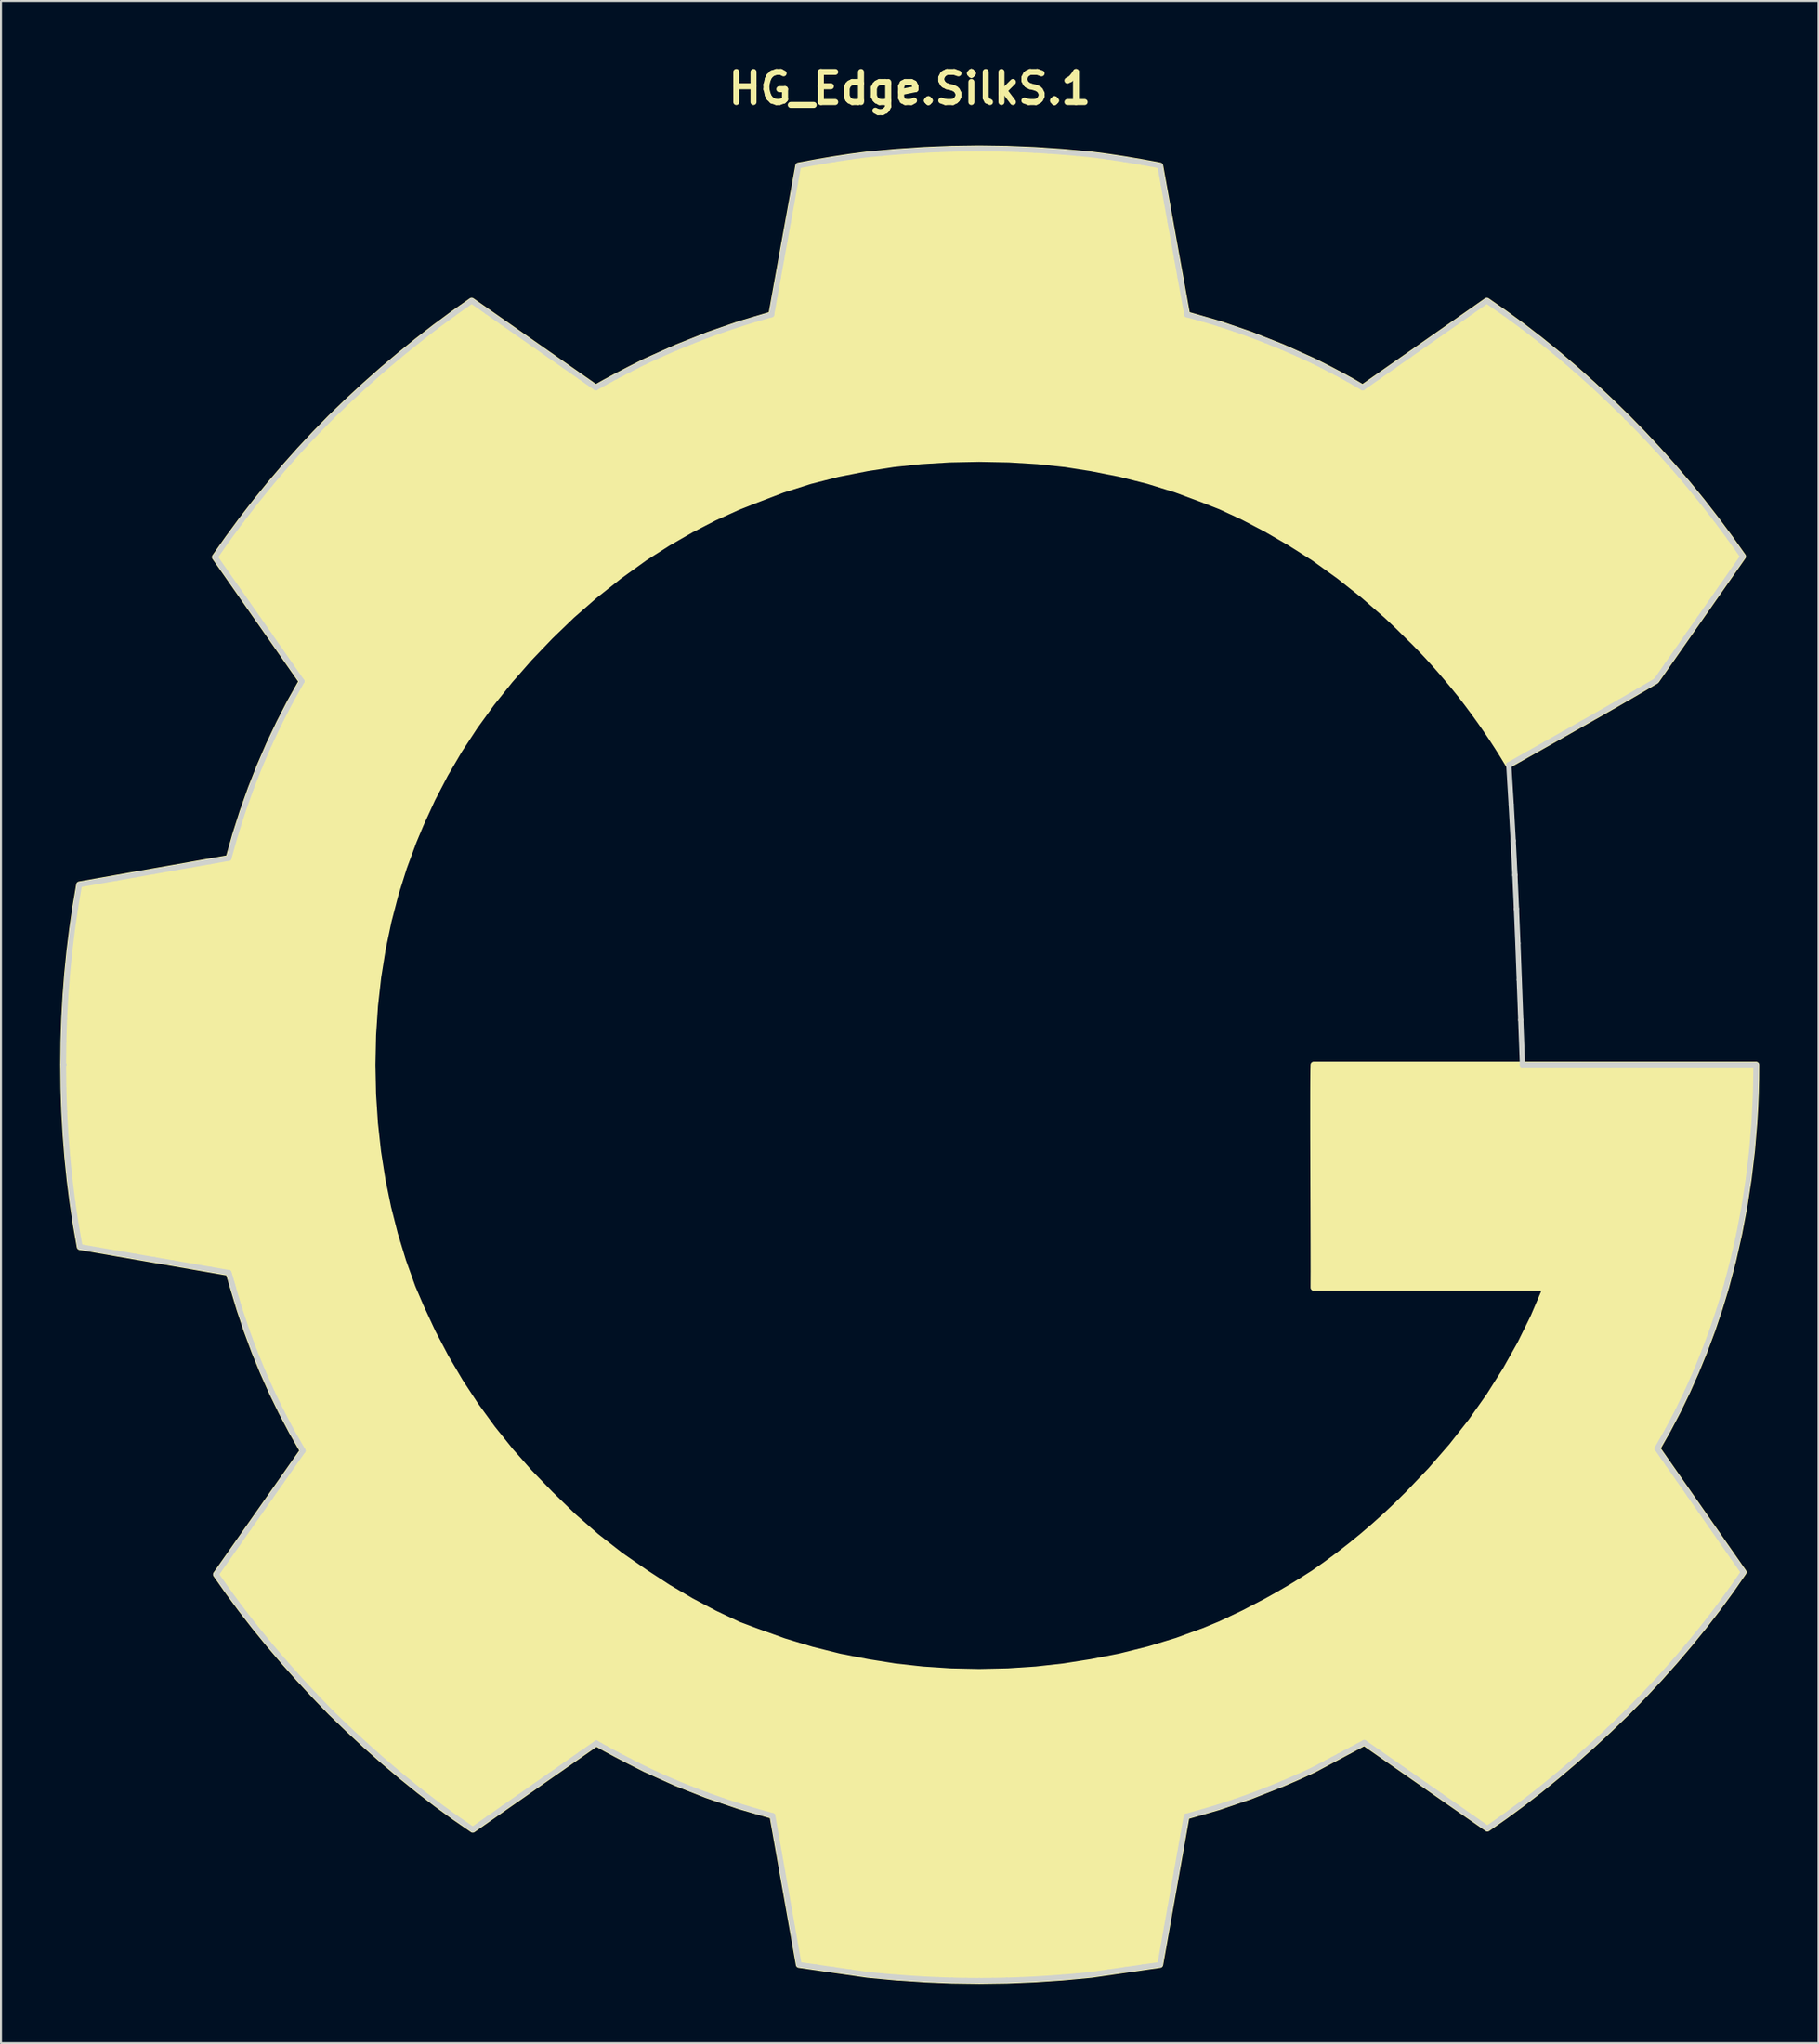
<source format=kicad_pcb>
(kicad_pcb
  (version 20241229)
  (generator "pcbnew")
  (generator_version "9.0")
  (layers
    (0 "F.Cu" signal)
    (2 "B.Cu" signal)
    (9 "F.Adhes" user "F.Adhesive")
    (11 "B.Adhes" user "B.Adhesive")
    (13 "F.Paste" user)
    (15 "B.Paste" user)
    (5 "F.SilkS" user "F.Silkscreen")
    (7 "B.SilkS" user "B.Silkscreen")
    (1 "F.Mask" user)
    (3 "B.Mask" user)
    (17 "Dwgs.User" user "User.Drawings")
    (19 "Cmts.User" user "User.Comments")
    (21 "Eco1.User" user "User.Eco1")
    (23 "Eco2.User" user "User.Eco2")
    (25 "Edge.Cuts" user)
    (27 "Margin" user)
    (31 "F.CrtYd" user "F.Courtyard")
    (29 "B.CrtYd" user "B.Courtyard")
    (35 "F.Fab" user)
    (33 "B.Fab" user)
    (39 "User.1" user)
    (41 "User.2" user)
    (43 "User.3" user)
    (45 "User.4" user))
  (footprint "HG_Edge.SilkS.1"
    (layer "F.Cu")
    (at 43.012 50.825)
    (property "Reference" "HG_Edge.SilkS.1" (at 0 -49.399 0) (layer "F.SilkS") (effects (font (size 1.524 1.524) (thickness 0.305))))
    (attr smd)
    (fp_poly (pts (xy 36.311 -32.753) (xy 37.109 -31.937) (xy 37.888 -31.103) (xy 38.649 -30.251) (xy 39.392 -29.38) (xy 40.116 -28.492) (xy 40.822 -27.585) (xy 41.51 -26.66) (xy 42.18 -25.716) (xy 41.631 -24.93) (xy 41.082 -24.144) (xy 40.532 -23.359) (xy 39.983 -22.573) (xy 39.434 -21.787) (xy 38.884 -21.001) (xy 38.335 -20.216) (xy 37.786 -19.43) (xy 36.868 -18.892) (xy 35.943 -18.356) (xy 35.012 -17.822) (xy 34.076 -17.291) (xy 33.139 -16.76) (xy 32.201 -16.231) (xy 31.264 -15.702) (xy 30.331 -15.174) (xy 30.062 -15.619) (xy 29.784 -16.063) (xy 29.495 -16.506) (xy 29.198 -16.948) (xy 28.891 -17.389) (xy 28.574 -17.829) (xy 28.247 -18.268) (xy 27.912 -18.707) (xy 27.553 -19.149) (xy 27.202 -19.571) (xy 26.858 -19.973) (xy 26.521 -20.355) (xy 26.191 -20.717) (xy 25.867 -21.059) (xy 25.551 -21.381) (xy 25.241 -21.683) (xy 24.704 -22.214) (xy 24.15 -22.735) (xy 22.988 -23.748) (xy 21.758 -24.723) (xy 20.457 -25.66) (xy 19.225 -26.438) (xy 18.031 -27.128) (xy 16.875 -27.731) (xy 15.757 -28.247) (xy 15.527 -28.338) (xy 15.298 -28.428) (xy 15.068 -28.518) (xy 14.839 -28.609) (xy 13.474 -29.115) (xy 12.078 -29.547) (xy 10.651 -29.907) (xy 9.193 -30.194) (xy 7.868 -30.401) (xy 6.481 -30.549) (xy 5.031 -30.637) (xy 3.518 -30.667) (xy 2.016 -30.637) (xy 0.57 -30.549) (xy -0.821 -30.401) (xy -2.156 -30.194) (xy -3.625 -29.906) (xy -5.055 -29.54) (xy -6.448 -29.099) (xy -7.802 -28.581) (xy -8.031 -28.491) (xy -8.261 -28.4) (xy -8.49 -28.31) (xy -8.72 -28.219) (xy -9.9 -27.684) (xy -11.077 -27.079) (xy -12.25 -26.405) (xy -13.42 -25.66) (xy -14.721 -24.723) (xy -15.952 -23.748) (xy -17.113 -22.735) (xy -18.204 -21.683) (xy -19.262 -20.579) (xy -20.252 -19.451) (xy -21.175 -18.298) (xy -22.029 -17.121) (xy -22.816 -15.92) (xy -23.534 -14.695) (xy -24.185 -13.445) (xy -24.769 -12.171) (xy -24.814 -12.063) (xy -24.859 -11.955) (xy -24.904 -11.847) (xy -24.949 -11.739) (xy -24.995 -11.632) (xy -25.04 -11.524) (xy -25.085 -11.416) (xy -25.13 -11.308) (xy -25.619 -9.987) (xy -26.043 -8.64) (xy -26.401 -7.265) (xy -26.695 -5.864) (xy -26.923 -4.435) (xy -27.086 -2.98) (xy -27.184 -1.497) (xy -27.216 0.012) (xy -27.185 1.502) (xy -27.089 2.969) (xy -26.931 4.412) (xy -26.709 5.832) (xy -26.423 7.229) (xy -26.074 8.602) (xy -25.662 9.951) (xy -25.186 11.277) (xy -25.134 11.399) (xy -25.082 11.52) (xy -25.029 11.642) (xy -24.977 11.764) (xy -24.925 11.885) (xy -24.873 12.007) (xy -24.821 12.129) (xy -24.769 12.25) (xy -24.167 13.549) (xy -23.503 14.814) (xy -22.777 16.048) (xy -21.987 17.25) (xy -21.135 18.419) (xy -20.221 19.557) (xy -19.244 20.662) (xy -18.205 21.735) (xy -17.059 22.849) (xy -15.875 23.884) (xy -14.653 24.838) (xy -13.393 25.712) (xy -12.242 26.462) (xy -11.07 27.152) (xy -9.878 27.783) (xy -8.664 28.355) (xy -8.442 28.438) (xy -8.219 28.522) (xy -7.997 28.605) (xy -7.774 28.688) (xy -6.368 29.193) (xy -4.958 29.62) (xy -3.545 29.972) (xy -2.128 30.247) (xy -0.753 30.466) (xy 0.647 30.622) (xy 2.07 30.716) (xy 3.518 30.747) (xy 4.968 30.715) (xy 6.397 30.622) (xy 7.805 30.465) (xy 9.193 30.247) (xy 10.667 29.959) (xy 12.113 29.599) (xy 13.532 29.167) (xy 14.922 28.661) (xy 15.124 28.577) (xy 15.326 28.494) (xy 15.527 28.41) (xy 15.729 28.327) (xy 16.911 27.769) (xy 18.093 27.152) (xy 18.684 26.821) (xy 19.275 26.476) (xy 19.866 26.115) (xy 20.457 25.74) (xy 21.098 25.288) (xy 21.726 24.823) (xy 22.343 24.343) (xy 22.947 23.849) (xy 23.539 23.341) (xy 24.118 22.82) (xy 24.686 22.284) (xy 25.241 21.735) (xy 26.384 20.539) (xy 27.449 19.314) (xy 28.436 18.06) (xy 29.344 16.777) (xy 30.174 15.466) (xy 30.926 14.127) (xy 31.599 12.758) (xy 32.195 11.361) (xy 32.198 11.351) (xy 32.202 11.34) (xy 32.205 11.33) (xy 32.209 11.319) (xy 32.212 11.309) (xy 32.216 11.299) (xy 32.219 11.288) (xy 32.223 11.278) (xy 30.752 11.278) (xy 29.282 11.278) (xy 27.811 11.278) (xy 26.34 11.278) (xy 24.869 11.278) (xy 23.399 11.278) (xy 21.928 11.278) (xy 20.457 11.278) (xy 20.461 10.462) (xy 20.459 9.109) (xy 20.454 7.402) (xy 20.448 5.525) (xy 20.442 3.664) (xy 20.441 2.796) (xy 20.441 2.002) (xy 20.442 1.303) (xy 20.445 0.723) (xy 20.45 0.285) (xy 20.457 0.012) (xy 21.857 0.012) (xy 23.256 0.012) (xy 24.656 0.012) (xy 26.055 0.012) (xy 27.454 0.012) (xy 28.854 0.012) (xy 30.253 0.012) (xy 31.653 0.012) (xy 33.052 0.012) (xy 34.451 0.012) (xy 35.851 0.012) (xy 37.25 0.012) (xy 38.65 0.012) (xy 40.049 0.012) (xy 41.448 0.012) (xy 42.848 0.012) (xy 42.842 0.744) (xy 42.824 1.472) (xy 42.794 2.196) (xy 42.752 2.917) (xy 42.633 4.347) (xy 42.465 5.763) (xy 42.25 7.164) (xy 41.987 8.55) (xy 41.677 9.921) (xy 41.318 11.277) (xy 40.984 12.372) (xy 40.621 13.445) (xy 40.229 14.496) (xy 39.809 15.526) (xy 39.36 16.534) (xy 38.883 17.52) (xy 38.376 18.484) (xy 37.841 19.427) (xy 38.387 20.209) (xy 38.933 20.991) (xy 39.479 21.774) (xy 40.025 22.556) (xy 40.571 23.338) (xy 41.116 24.12) (xy 41.662 24.903) (xy 42.208 25.685) (xy 41.574 26.599) (xy 40.911 27.505) (xy 40.218 28.403) (xy 39.496 29.293) (xy 38.744 30.176) (xy 37.963 31.051) (xy 37.152 31.918) (xy 36.312 32.778) (xy 35.428 33.63) (xy 34.545 34.448) (xy 33.662 35.233) (xy 32.779 35.983) (xy 31.896 36.7) (xy 31.013 37.383) (xy 30.13 38.032) (xy 29.247 38.646) (xy 28.468 38.104) (xy 27.689 37.562) (xy 26.91 37.019) (xy 26.132 36.477) (xy 25.353 35.934) (xy 24.574 35.392) (xy 23.795 34.85) (xy 23.016 34.307) (xy 22.696 34.478) (xy 22.377 34.648) (xy 22.057 34.818) (xy 21.737 34.989) (xy 21.417 35.159) (xy 21.097 35.33) (xy 20.777 35.5) (xy 20.457 35.67) (xy 19.663 36.036) (xy 18.865 36.381) (xy 17.259 37.012) (xy 15.639 37.563) (xy 14.005 38.034) (xy 13.671 39.912) (xy 13.337 41.789) (xy 13.003 43.667) (xy 12.669 45.544) (xy 11.8 45.669) (xy 10.931 45.795) (xy 10.062 45.92) (xy 9.193 46.045) (xy 7.743 46.179) (xy 6.314 46.274) (xy 4.906 46.332) (xy 3.519 46.351) (xy 2.143 46.332) (xy 0.744 46.274) (xy -0.68 46.179) (xy -2.128 46.045) (xy -2.997 45.92) (xy -3.866 45.795) (xy -4.735 45.669) (xy -5.605 45.544) (xy -5.938 43.66) (xy -6.272 41.775) (xy -6.606 39.891) (xy -6.94 38.006) (xy -8.636 37.514) (xy -10.277 36.956) (xy -11.863 36.332) (xy -13.393 35.642) (xy -14.173 35.247) (xy -14.846 34.898) (xy -15.411 34.594) (xy -15.868 34.335) (xy -17.433 35.426) (xy -18.215 35.972) (xy -18.997 36.518) (xy -19.779 37.064) (xy -20.562 37.61) (xy -21.344 38.156) (xy -22.126 38.702) (xy -23.029 38.08) (xy -23.931 37.425) (xy -24.83 36.735) (xy -25.728 36.011) (xy -26.624 35.254) (xy -27.519 34.463) (xy -28.411 33.637) (xy -29.302 32.778) (xy -30.135 31.915) (xy -30.938 31.048) (xy -31.71 30.18) (xy -32.452 29.308) (xy -33.164 28.434) (xy -33.845 27.558) (xy -34.495 26.679) (xy -35.115 25.797) (xy -34.566 25.015) (xy -34.017 24.232) (xy -33.467 23.45) (xy -32.918 22.668) (xy -32.369 21.885) (xy -31.819 21.103) (xy -31.27 20.321) (xy -30.721 19.539) (xy -31.275 18.57) (xy -31.797 17.583) (xy -32.287 16.577) (xy -32.744 15.554) (xy -33.17 14.512) (xy -33.563 13.452) (xy -33.924 12.374) (xy -34.253 11.277) (xy -34.281 11.183) (xy -34.309 11.089) (xy -34.337 10.996) (xy -34.364 10.902) (xy -34.392 10.808) (xy -34.42 10.714) (xy -34.448 10.62) (xy -34.476 10.526) (xy -35.418 10.363) (xy -36.36 10.199) (xy -37.302 10.036) (xy -38.245 9.872) (xy -39.187 9.709) (xy -40.129 9.546) (xy -41.071 9.382) (xy -42.013 9.219) (xy -42.209 8.101) (xy -42.378 6.975) (xy -42.522 5.838) (xy -42.639 4.692) (xy -42.73 3.536) (xy -42.796 2.371) (xy -42.835 1.197) (xy -42.848 0.012) (xy -42.848 0.009) (xy -42.848 0.006) (xy -42.848 0.003) (xy -42.848 0.000245) (xy -42.848 -0.003) (xy -42.848 -0.006) (xy -42.848 -0.009) (xy -42.848 -0.012) (xy -42.835 -1.17) (xy -42.797 -2.322) (xy -42.734 -3.468) (xy -42.646 -4.608) (xy -42.533 -5.742) (xy -42.394 -6.87) (xy -42.23 -7.991) (xy -42.041 -9.107) (xy -41.096 -9.274) (xy -40.15 -9.441) (xy -39.204 -9.608) (xy -38.258 -9.775) (xy -37.313 -9.941) (xy -36.367 -10.108) (xy -35.421 -10.275) (xy -34.476 -10.442) (xy -34.138 -11.635) (xy -33.765 -12.806) (xy -33.356 -13.957) (xy -32.911 -15.087) (xy -32.431 -16.196) (xy -31.915 -17.284) (xy -31.364 -18.352) (xy -30.776 -19.398) (xy -31.326 -20.184) (xy -31.875 -20.97) (xy -32.424 -21.756) (xy -32.974 -22.541) (xy -33.523 -23.327) (xy -34.072 -24.113) (xy -34.622 -24.899) (xy -35.171 -25.684) (xy -34.507 -26.628) (xy -33.824 -27.555) (xy -33.12 -28.464) (xy -32.397 -29.356) (xy -31.653 -30.23) (xy -30.889 -31.087) (xy -30.106 -31.927) (xy -29.302 -32.749) (xy -28.455 -33.565) (xy -27.595 -34.359) (xy -26.723 -35.13) (xy -25.839 -35.878) (xy -24.943 -36.604) (xy -24.035 -37.307) (xy -23.114 -37.988) (xy -22.182 -38.646) (xy -21.396 -38.096) (xy -20.61 -37.547) (xy -19.825 -36.998) (xy -19.039 -36.448) (xy -18.253 -35.899) (xy -17.467 -35.35) (xy -15.896 -34.251) (xy -15.439 -34.51) (xy -14.874 -34.814) (xy -14.201 -35.164) (xy -13.42 -35.558) (xy -11.83 -36.271) (xy -10.229 -36.907) (xy -8.617 -37.467) (xy -6.995 -37.95) (xy -6.655 -39.835) (xy -6.314 -41.719) (xy -5.973 -43.604) (xy -5.632 -45.488) (xy -4.716 -45.658) (xy -3.831 -45.808) (xy -2.978 -45.937) (xy -2.156 -46.044) (xy -0.706 -46.178) (xy 0.723 -46.274) (xy 2.131 -46.331) (xy 3.519 -46.35) (xy 4.906 -46.331) (xy 6.314 -46.274) (xy 7.743 -46.178) (xy 9.193 -46.044) (xy 10.015 -45.937) (xy 10.869 -45.808) (xy 11.753 -45.658) (xy 12.669 -45.488) (xy 13.01 -43.604) (xy 13.351 -41.719) (xy 13.692 -39.835) (xy 14.032 -37.95) (xy 15.633 -37.49) (xy 17.238 -36.942) (xy 18.846 -36.308) (xy 20.457 -35.586) (xy 21.238 -35.19) (xy 21.911 -34.835) (xy 22.476 -34.522) (xy 22.933 -34.251) (xy 24.504 -35.35) (xy 25.29 -35.899) (xy 26.076 -36.448) (xy 26.862 -36.998) (xy 27.647 -37.547) (xy 28.433 -38.096) (xy 29.219 -38.646) (xy 30.133 -38.012) (xy 31.039 -37.349) (xy 31.937 -36.656) (xy 32.828 -35.934) (xy 33.71 -35.182) (xy 34.585 -34.401) (xy 35.452 -33.59) (xy 36.312 -32.749) (xy 36.312 -32.749) (xy 36.312 -32.749) (xy 36.312 -32.749) (xy 36.312 -32.749) (xy 36.311 -32.753)) (stroke (width 0.328) (type solid)) (fill yes) (layer "F.SilkS"))
    (fp_line (start -42.848 -0.012) (end -42.835 -1.17) (stroke (width 0.265) (type solid)) (layer "Edge.Cuts"))
    (fp_line (start -42.848 -0.009) (end -42.848 -0.012) (stroke (width 0.265) (type solid)) (layer "Edge.Cuts"))
    (fp_line (start -42.848 -0.006) (end -42.848 -0.009) (stroke (width 0.265) (type solid)) (layer "Edge.Cuts"))
    (fp_line (start -42.848 -0.003) (end -42.848 -0.006) (stroke (width 0.265) (type solid)) (layer "Edge.Cuts"))
    (fp_line (start -42.848 -0.000095) (end -42.848 -0.003) (stroke (width 0.265) (type solid)) (layer "Edge.Cuts"))
    (fp_line (start -42.848 0.003) (end -42.848 -0.000095) (stroke (width 0.265) (type solid)) (layer "Edge.Cuts"))
    (fp_line (start -42.848 0.006) (end -42.848 0.003) (stroke (width 0.265) (type solid)) (layer "Edge.Cuts"))
    (fp_line (start -42.848 0.009) (end -42.848 0.006) (stroke (width 0.265) (type solid)) (layer "Edge.Cuts"))
    (fp_line (start -42.848 0.012) (end -42.848 0.009) (stroke (width 0.265) (type solid)) (layer "Edge.Cuts"))
    (fp_line (start -42.835 -1.17) (end -42.798 -2.323) (stroke (width 0.265) (type solid)) (layer "Edge.Cuts"))
    (fp_line (start -42.835 1.196) (end -42.848 0.012) (stroke (width 0.265) (type solid)) (layer "Edge.Cuts"))
    (fp_line (start -42.798 -2.323) (end -42.735 -3.469) (stroke (width 0.265) (type solid)) (layer "Edge.Cuts"))
    (fp_line (start -42.796 2.371) (end -42.835 1.196) (stroke (width 0.265) (type solid)) (layer "Edge.Cuts"))
    (fp_line (start -42.735 -3.469) (end -42.646 -4.609) (stroke (width 0.265) (type solid)) (layer "Edge.Cuts"))
    (fp_line (start -42.731 3.536) (end -42.796 2.371) (stroke (width 0.265) (type solid)) (layer "Edge.Cuts"))
    (fp_line (start -42.646 -4.609) (end -42.533 -5.742) (stroke (width 0.265) (type solid)) (layer "Edge.Cuts"))
    (fp_line (start -42.639 4.692) (end -42.731 3.536) (stroke (width 0.265) (type solid)) (layer "Edge.Cuts"))
    (fp_line (start -42.533 -5.742) (end -42.394 -6.87) (stroke (width 0.265) (type solid)) (layer "Edge.Cuts"))
    (fp_line (start -42.522 5.838) (end -42.639 4.692) (stroke (width 0.265) (type solid)) (layer "Edge.Cuts"))
    (fp_line (start -42.394 -6.87) (end -42.23 -7.992) (stroke (width 0.265) (type solid)) (layer "Edge.Cuts"))
    (fp_line (start -42.379 6.974) (end -42.522 5.838) (stroke (width 0.265) (type solid)) (layer "Edge.Cuts"))
    (fp_line (start -42.23 -7.992) (end -42.041 -9.107) (stroke (width 0.265) (type solid)) (layer "Edge.Cuts"))
    (fp_line (start -42.209 8.101) (end -42.379 6.974) (stroke (width 0.265) (type solid)) (layer "Edge.Cuts"))
    (fp_line (start -42.041 -9.107) (end -41.096 -9.274) (stroke (width 0.265) (type solid)) (layer "Edge.Cuts"))
    (fp_line (start -42.013 9.218) (end -42.209 8.101) (stroke (width 0.265) (type solid)) (layer "Edge.Cuts"))
    (fp_line (start -41.096 -9.274) (end -40.15 -9.441) (stroke (width 0.265) (type solid)) (layer "Edge.Cuts"))
    (fp_line (start -41.071 9.382) (end -42.013 9.218) (stroke (width 0.265) (type solid)) (layer "Edge.Cuts"))
    (fp_line (start -40.15 -9.441) (end -39.204 -9.608) (stroke (width 0.265) (type solid)) (layer "Edge.Cuts"))
    (fp_line (start -40.129 9.545) (end -41.071 9.382) (stroke (width 0.265) (type solid)) (layer "Edge.Cuts"))
    (fp_line (start -39.204 -9.608) (end -38.259 -9.775) (stroke (width 0.265) (type solid)) (layer "Edge.Cuts"))
    (fp_line (start -39.187 9.709) (end -40.129 9.545) (stroke (width 0.265) (type solid)) (layer "Edge.Cuts"))
    (fp_line (start -38.259 -9.775) (end -37.313 -9.942) (stroke (width 0.265) (type solid)) (layer "Edge.Cuts"))
    (fp_line (start -38.245 9.872) (end -39.187 9.709) (stroke (width 0.265) (type solid)) (layer "Edge.Cuts"))
    (fp_line (start -37.313 -9.942) (end -36.367 -10.109) (stroke (width 0.265) (type solid)) (layer "Edge.Cuts"))
    (fp_line (start -37.302 10.035) (end -38.245 9.872) (stroke (width 0.265) (type solid)) (layer "Edge.Cuts"))
    (fp_line (start -36.367 -10.109) (end -35.421 -10.276) (stroke (width 0.265) (type solid)) (layer "Edge.Cuts"))
    (fp_line (start -36.36 10.199) (end -37.302 10.035) (stroke (width 0.265) (type solid)) (layer "Edge.Cuts"))
    (fp_line (start -35.421 -10.276) (end -34.476 -10.442) (stroke (width 0.265) (type solid)) (layer "Edge.Cuts"))
    (fp_line (start -35.418 10.362) (end -36.36 10.199) (stroke (width 0.265) (type solid)) (layer "Edge.Cuts"))
    (fp_line (start -35.171 -25.685) (end -34.508 -26.629) (stroke (width 0.265) (type solid)) (layer "Edge.Cuts"))
    (fp_line (start -35.116 25.796) (end -34.566 25.014) (stroke (width 0.265) (type solid)) (layer "Edge.Cuts"))
    (fp_line (start -34.622 -24.899) (end -35.171 -25.685) (stroke (width 0.265) (type solid)) (layer "Edge.Cuts"))
    (fp_line (start -34.566 25.014) (end -34.017 24.232) (stroke (width 0.265) (type solid)) (layer "Edge.Cuts"))
    (fp_line (start -34.508 -26.629) (end -33.824 -27.555) (stroke (width 0.265) (type solid)) (layer "Edge.Cuts"))
    (fp_line (start -34.495 26.678) (end -35.116 25.796) (stroke (width 0.265) (type solid)) (layer "Edge.Cuts"))
    (fp_line (start -34.476 -10.442) (end -34.138 -11.635) (stroke (width 0.265) (type solid)) (layer "Edge.Cuts"))
    (fp_line (start -34.476 10.526) (end -35.418 10.362) (stroke (width 0.265) (type solid)) (layer "Edge.Cuts"))
    (fp_line (start -34.448 10.62) (end -34.476 10.526) (stroke (width 0.265) (type solid)) (layer "Edge.Cuts"))
    (fp_line (start -34.42 10.713) (end -34.448 10.62) (stroke (width 0.265) (type solid)) (layer "Edge.Cuts"))
    (fp_line (start -34.392 10.807) (end -34.42 10.713) (stroke (width 0.265) (type solid)) (layer "Edge.Cuts"))
    (fp_line (start -34.365 10.901) (end -34.392 10.807) (stroke (width 0.265) (type solid)) (layer "Edge.Cuts"))
    (fp_line (start -34.337 10.995) (end -34.365 10.901) (stroke (width 0.265) (type solid)) (layer "Edge.Cuts"))
    (fp_line (start -34.309 11.089) (end -34.337 10.995) (stroke (width 0.265) (type solid)) (layer "Edge.Cuts"))
    (fp_line (start -34.281 11.183) (end -34.309 11.089) (stroke (width 0.265) (type solid)) (layer "Edge.Cuts"))
    (fp_line (start -34.253 11.277) (end -34.281 11.183) (stroke (width 0.265) (type solid)) (layer "Edge.Cuts"))
    (fp_line (start -34.138 -11.635) (end -33.765 -12.807) (stroke (width 0.265) (type solid)) (layer "Edge.Cuts"))
    (fp_line (start -34.073 -24.113) (end -34.622 -24.899) (stroke (width 0.265) (type solid)) (layer "Edge.Cuts"))
    (fp_line (start -34.017 24.232) (end -33.468 23.45) (stroke (width 0.265) (type solid)) (layer "Edge.Cuts"))
    (fp_line (start -33.924 12.373) (end -34.253 11.277) (stroke (width 0.265) (type solid)) (layer "Edge.Cuts"))
    (fp_line (start -33.845 27.558) (end -34.495 26.678) (stroke (width 0.265) (type solid)) (layer "Edge.Cuts"))
    (fp_line (start -33.824 -27.555) (end -33.12 -28.464) (stroke (width 0.265) (type solid)) (layer "Edge.Cuts"))
    (fp_line (start -33.765 -12.807) (end -33.356 -13.957) (stroke (width 0.265) (type solid)) (layer "Edge.Cuts"))
    (fp_line (start -33.563 13.452) (end -33.924 12.373) (stroke (width 0.265) (type solid)) (layer "Edge.Cuts"))
    (fp_line (start -33.523 -23.327) (end -34.073 -24.113) (stroke (width 0.265) (type solid)) (layer "Edge.Cuts"))
    (fp_line (start -33.468 23.45) (end -32.918 22.667) (stroke (width 0.265) (type solid)) (layer "Edge.Cuts"))
    (fp_line (start -33.356 -13.957) (end -32.911 -15.087) (stroke (width 0.265) (type solid)) (layer "Edge.Cuts"))
    (fp_line (start -33.17 14.512) (end -33.563 13.452) (stroke (width 0.265) (type solid)) (layer "Edge.Cuts"))
    (fp_line (start -33.164 28.434) (end -33.845 27.558) (stroke (width 0.265) (type solid)) (layer "Edge.Cuts"))
    (fp_line (start -33.12 -28.464) (end -32.397 -29.356) (stroke (width 0.265) (type solid)) (layer "Edge.Cuts"))
    (fp_line (start -32.974 -22.542) (end -33.523 -23.327) (stroke (width 0.265) (type solid)) (layer "Edge.Cuts"))
    (fp_line (start -32.918 22.667) (end -32.369 21.885) (stroke (width 0.265) (type solid)) (layer "Edge.Cuts"))
    (fp_line (start -32.911 -15.087) (end -32.431 -16.196) (stroke (width 0.265) (type solid)) (layer "Edge.Cuts"))
    (fp_line (start -32.744 15.553) (end -33.17 14.512) (stroke (width 0.265) (type solid)) (layer "Edge.Cuts"))
    (fp_line (start -32.452 29.308) (end -33.164 28.434) (stroke (width 0.265) (type solid)) (layer "Edge.Cuts"))
    (fp_line (start -32.431 -16.196) (end -31.915 -17.285) (stroke (width 0.265) (type solid)) (layer "Edge.Cuts"))
    (fp_line (start -32.425 -21.756) (end -32.974 -22.542) (stroke (width 0.265) (type solid)) (layer "Edge.Cuts"))
    (fp_line (start -32.397 -29.356) (end -31.653 -30.231) (stroke (width 0.265) (type solid)) (layer "Edge.Cuts"))
    (fp_line (start -32.369 21.885) (end -31.82 21.103) (stroke (width 0.265) (type solid)) (layer "Edge.Cuts"))
    (fp_line (start -32.287 16.577) (end -32.744 15.553) (stroke (width 0.265) (type solid)) (layer "Edge.Cuts"))
    (fp_line (start -31.915 -17.285) (end -31.364 -18.352) (stroke (width 0.265) (type solid)) (layer "Edge.Cuts"))
    (fp_line (start -31.875 -20.97) (end -32.425 -21.756) (stroke (width 0.265) (type solid)) (layer "Edge.Cuts"))
    (fp_line (start -31.82 21.103) (end -31.27 20.321) (stroke (width 0.265) (type solid)) (layer "Edge.Cuts"))
    (fp_line (start -31.797 17.582) (end -32.287 16.577) (stroke (width 0.265) (type solid)) (layer "Edge.Cuts"))
    (fp_line (start -31.711 30.179) (end -32.452 29.308) (stroke (width 0.265) (type solid)) (layer "Edge.Cuts"))
    (fp_line (start -31.653 -30.231) (end -30.89 -31.088) (stroke (width 0.265) (type solid)) (layer "Edge.Cuts"))
    (fp_line (start -31.364 -18.352) (end -30.777 -19.399) (stroke (width 0.265) (type solid)) (layer "Edge.Cuts"))
    (fp_line (start -31.326 -20.184) (end -31.875 -20.97) (stroke (width 0.265) (type solid)) (layer "Edge.Cuts"))
    (fp_line (start -31.275 18.569) (end -31.797 17.582) (stroke (width 0.265) (type solid)) (layer "Edge.Cuts"))
    (fp_line (start -31.27 20.321) (end -30.721 19.538) (stroke (width 0.265) (type solid)) (layer "Edge.Cuts"))
    (fp_line (start -30.938 31.048) (end -31.711 30.179) (stroke (width 0.265) (type solid)) (layer "Edge.Cuts"))
    (fp_line (start -30.89 -31.088) (end -30.106 -31.927) (stroke (width 0.265) (type solid)) (layer "Edge.Cuts"))
    (fp_line (start -30.777 -19.399) (end -31.326 -20.184) (stroke (width 0.265) (type solid)) (layer "Edge.Cuts"))
    (fp_line (start -30.721 19.538) (end -31.275 18.569) (stroke (width 0.265) (type solid)) (layer "Edge.Cuts"))
    (fp_line (start -30.136 31.914) (end -30.938 31.048) (stroke (width 0.265) (type solid)) (layer "Edge.Cuts"))
    (fp_line (start -30.106 -31.927) (end -29.302 -32.75) (stroke (width 0.265) (type solid)) (layer "Edge.Cuts"))
    (fp_line (start -29.302 32.778) (end -30.136 31.914) (stroke (width 0.265) (type solid)) (layer "Edge.Cuts"))
    (fp_line (start -29.302 -32.75) (end -28.455 -33.566) (stroke (width 0.265) (type solid)) (layer "Edge.Cuts"))
    (fp_line (start -28.455 -33.566) (end -27.595 -34.359) (stroke (width 0.265) (type solid)) (layer "Edge.Cuts"))
    (fp_line (start -28.411 33.637) (end -29.302 32.778) (stroke (width 0.265) (type solid)) (layer "Edge.Cuts"))
    (fp_line (start -27.595 -34.359) (end -26.724 -35.13) (stroke (width 0.265) (type solid)) (layer "Edge.Cuts"))
    (fp_line (start -27.519 34.462) (end -28.411 33.637) (stroke (width 0.265) (type solid)) (layer "Edge.Cuts"))
    (fp_line (start -26.724 -35.13) (end -25.84 -35.879) (stroke (width 0.265) (type solid)) (layer "Edge.Cuts"))
    (fp_line (start -26.624 35.254) (end -27.519 34.462) (stroke (width 0.265) (type solid)) (layer "Edge.Cuts"))
    (fp_line (start -25.84 -35.879) (end -24.943 -36.604) (stroke (width 0.265) (type solid)) (layer "Edge.Cuts"))
    (fp_line (start -25.728 36.011) (end -26.624 35.254) (stroke (width 0.265) (type solid)) (layer "Edge.Cuts"))
    (fp_line (start -24.943 -36.604) (end -24.035 -37.308) (stroke (width 0.265) (type solid)) (layer "Edge.Cuts"))
    (fp_line (start -24.83 36.735) (end -25.728 36.011) (stroke (width 0.265) (type solid)) (layer "Edge.Cuts"))
    (fp_line (start -24.035 -37.308) (end -23.115 -37.988) (stroke (width 0.265) (type solid)) (layer "Edge.Cuts"))
    (fp_line (start -23.931 37.424) (end -24.83 36.735) (stroke (width 0.265) (type solid)) (layer "Edge.Cuts"))
    (fp_line (start -23.115 -37.988) (end -22.182 -38.646) (stroke (width 0.265) (type solid)) (layer "Edge.Cuts"))
    (fp_line (start -23.029 38.08) (end -23.931 37.424) (stroke (width 0.265) (type solid)) (layer "Edge.Cuts"))
    (fp_line (start -22.182 -38.646) (end -21.396 -38.097) (stroke (width 0.265) (type solid)) (layer "Edge.Cuts"))
    (fp_line (start -22.126 38.702) (end -23.029 38.08) (stroke (width 0.265) (type solid)) (layer "Edge.Cuts"))
    (fp_line (start -21.396 -38.097) (end -20.61 -37.547) (stroke (width 0.265) (type solid)) (layer "Edge.Cuts"))
    (fp_line (start -21.344 38.156) (end -22.126 38.702) (stroke (width 0.265) (type solid)) (layer "Edge.Cuts"))
    (fp_line (start -20.61 -37.547) (end -19.825 -36.998) (stroke (width 0.265) (type solid)) (layer "Edge.Cuts"))
    (fp_line (start -20.562 37.61) (end -21.344 38.156) (stroke (width 0.265) (type solid)) (layer "Edge.Cuts"))
    (fp_line (start -19.825 -36.998) (end -19.039 -36.449) (stroke (width 0.265) (type solid)) (layer "Edge.Cuts"))
    (fp_line (start -19.779 37.064) (end -20.562 37.61) (stroke (width 0.265) (type solid)) (layer "Edge.Cuts"))
    (fp_line (start -19.039 -36.449) (end -18.253 -35.899) (stroke (width 0.265) (type solid)) (layer "Edge.Cuts"))
    (fp_line (start -18.997 36.518) (end -19.779 37.064) (stroke (width 0.265) (type solid)) (layer "Edge.Cuts"))
    (fp_line (start -18.253 -35.899) (end -17.467 -35.35) (stroke (width 0.265) (type solid)) (layer "Edge.Cuts"))
    (fp_line (start -18.215 35.972) (end -18.997 36.518) (stroke (width 0.265) (type solid)) (layer "Edge.Cuts"))
    (fp_line (start -17.467 -35.35) (end -16.682 -34.801) (stroke (width 0.265) (type solid)) (layer "Edge.Cuts"))
    (fp_line (start -17.433 35.426) (end -18.215 35.972) (stroke (width 0.265) (type solid)) (layer "Edge.Cuts"))
    (fp_line (start -16.682 -34.801) (end -15.896 -34.251) (stroke (width 0.265) (type solid)) (layer "Edge.Cuts"))
    (fp_line (start -16.65 34.88) (end -17.433 35.426) (stroke (width 0.265) (type solid)) (layer "Edge.Cuts"))
    (fp_line (start -15.896 -34.251) (end -15.681 -34.375) (stroke (width 0.265) (type solid)) (layer "Edge.Cuts"))
    (fp_line (start -15.868 34.334) (end -16.65 34.88) (stroke (width 0.265) (type solid)) (layer "Edge.Cuts"))
    (fp_line (start -15.681 -34.375) (end -15.439 -34.511) (stroke (width 0.265) (type solid)) (layer "Edge.Cuts"))
    (fp_line (start -15.653 34.458) (end -15.868 34.334) (stroke (width 0.265) (type solid)) (layer "Edge.Cuts"))
    (fp_line (start -15.439 -34.511) (end -15.17 -34.657) (stroke (width 0.265) (type solid)) (layer "Edge.Cuts"))
    (fp_line (start -15.411 34.593) (end -15.653 34.458) (stroke (width 0.265) (type solid)) (layer "Edge.Cuts"))
    (fp_line (start -15.17 -34.657) (end -14.874 -34.815) (stroke (width 0.265) (type solid)) (layer "Edge.Cuts"))
    (fp_line (start -15.142 34.74) (end -15.411 34.593) (stroke (width 0.265) (type solid)) (layer "Edge.Cuts"))
    (fp_line (start -14.874 -34.815) (end -14.551 -34.984) (stroke (width 0.265) (type solid)) (layer "Edge.Cuts"))
    (fp_line (start -14.846 34.898) (end -15.142 34.74) (stroke (width 0.265) (type solid)) (layer "Edge.Cuts"))
    (fp_line (start -14.551 -34.984) (end -14.201 -35.164) (stroke (width 0.265) (type solid)) (layer "Edge.Cuts"))
    (fp_line (start -14.523 35.067) (end -14.846 34.898) (stroke (width 0.265) (type solid)) (layer "Edge.Cuts"))
    (fp_line (start -14.201 -35.164) (end -13.824 -35.356) (stroke (width 0.265) (type solid)) (layer "Edge.Cuts"))
    (fp_line (start -14.173 35.247) (end -14.523 35.067) (stroke (width 0.265) (type solid)) (layer "Edge.Cuts"))
    (fp_line (start -13.824 -35.356) (end -13.42 -35.559) (stroke (width 0.265) (type solid)) (layer "Edge.Cuts"))
    (fp_line (start -13.796 35.439) (end -14.173 35.247) (stroke (width 0.265) (type solid)) (layer "Edge.Cuts"))
    (fp_line (start -13.42 -35.559) (end -12.626 -35.925) (stroke (width 0.265) (type solid)) (layer "Edge.Cuts"))
    (fp_line (start -13.393 35.642) (end -13.796 35.439) (stroke (width 0.265) (type solid)) (layer "Edge.Cuts"))
    (fp_line (start -12.635 35.995) (end -13.393 35.642) (stroke (width 0.265) (type solid)) (layer "Edge.Cuts"))
    (fp_line (start -12.626 -35.925) (end -11.83 -36.271) (stroke (width 0.265) (type solid)) (layer "Edge.Cuts"))
    (fp_line (start -11.863 36.332) (end -12.635 35.995) (stroke (width 0.265) (type solid)) (layer "Edge.Cuts"))
    (fp_line (start -11.83 -36.271) (end -11.031 -36.599) (stroke (width 0.265) (type solid)) (layer "Edge.Cuts"))
    (fp_line (start -11.077 36.652) (end -11.863 36.332) (stroke (width 0.265) (type solid)) (layer "Edge.Cuts"))
    (fp_line (start -11.031 -36.599) (end -10.229 -36.908) (stroke (width 0.265) (type solid)) (layer "Edge.Cuts"))
    (fp_line (start -10.277 36.956) (end -11.077 36.652) (stroke (width 0.265) (type solid)) (layer "Edge.Cuts"))
    (fp_line (start -10.229 -36.908) (end -9.424 -37.197) (stroke (width 0.265) (type solid)) (layer "Edge.Cuts"))
    (fp_line (start -9.464 37.243) (end -10.277 36.956) (stroke (width 0.265) (type solid)) (layer "Edge.Cuts"))
    (fp_line (start -9.424 -37.197) (end -8.617 -37.467) (stroke (width 0.265) (type solid)) (layer "Edge.Cuts"))
    (fp_line (start -8.636 37.514) (end -9.464 37.243) (stroke (width 0.265) (type solid)) (layer "Edge.Cuts"))
    (fp_line (start -8.617 -37.467) (end -7.808 -37.719) (stroke (width 0.265) (type solid)) (layer "Edge.Cuts"))
    (fp_line (start -7.808 -37.719) (end -6.995 -37.951) (stroke (width 0.265) (type solid)) (layer "Edge.Cuts"))
    (fp_line (start -7.795 37.768) (end -8.636 37.514) (stroke (width 0.265) (type solid)) (layer "Edge.Cuts"))
    (fp_line (start -6.995 -37.951) (end -6.825 -38.893) (stroke (width 0.265) (type solid)) (layer "Edge.Cuts"))
    (fp_line (start -6.94 38.006) (end -7.795 37.768) (stroke (width 0.265) (type solid)) (layer "Edge.Cuts"))
    (fp_line (start -6.825 -38.893) (end -6.655 -39.835) (stroke (width 0.265) (type solid)) (layer "Edge.Cuts"))
    (fp_line (start -6.773 38.948) (end -6.94 38.006) (stroke (width 0.265) (type solid)) (layer "Edge.Cuts"))
    (fp_line (start -6.655 -39.835) (end -6.484 -40.777) (stroke (width 0.265) (type solid)) (layer "Edge.Cuts"))
    (fp_line (start -6.606 39.89) (end -6.773 38.948) (stroke (width 0.265) (type solid)) (layer "Edge.Cuts"))
    (fp_line (start -6.484 -40.777) (end -6.314 -41.72) (stroke (width 0.265) (type solid)) (layer "Edge.Cuts"))
    (fp_line (start -6.439 40.833) (end -6.606 39.89) (stroke (width 0.265) (type solid)) (layer "Edge.Cuts"))
    (fp_line (start -6.314 -41.72) (end -6.144 -42.662) (stroke (width 0.265) (type solid)) (layer "Edge.Cuts"))
    (fp_line (start -6.272 41.775) (end -6.439 40.833) (stroke (width 0.265) (type solid)) (layer "Edge.Cuts"))
    (fp_line (start -6.144 -42.662) (end -5.973 -43.604) (stroke (width 0.265) (type solid)) (layer "Edge.Cuts"))
    (fp_line (start -6.105 42.717) (end -6.272 41.775) (stroke (width 0.265) (type solid)) (layer "Edge.Cuts"))
    (fp_line (start -5.973 -43.604) (end -5.803 -44.546) (stroke (width 0.265) (type solid)) (layer "Edge.Cuts"))
    (fp_line (start -5.938 43.659) (end -6.105 42.717) (stroke (width 0.265) (type solid)) (layer "Edge.Cuts"))
    (fp_line (start -5.803 -44.546) (end -5.632 -45.488) (stroke (width 0.265) (type solid)) (layer "Edge.Cuts"))
    (fp_line (start -5.772 44.602) (end -5.938 43.659) (stroke (width 0.265) (type solid)) (layer "Edge.Cuts"))
    (fp_line (start -5.632 -45.488) (end -5.171 -45.576) (stroke (width 0.265) (type solid)) (layer "Edge.Cuts"))
    (fp_line (start -5.605 45.544) (end -5.772 44.602) (stroke (width 0.265) (type solid)) (layer "Edge.Cuts"))
    (fp_line (start -5.171 -45.576) (end -4.716 -45.659) (stroke (width 0.265) (type solid)) (layer "Edge.Cuts"))
    (fp_line (start -5.17 45.607) (end -5.605 45.544) (stroke (width 0.265) (type solid)) (layer "Edge.Cuts"))
    (fp_line (start -4.735 45.669) (end -5.17 45.607) (stroke (width 0.265) (type solid)) (layer "Edge.Cuts"))
    (fp_line (start -4.716 -45.659) (end -4.27 -45.736) (stroke (width 0.265) (type solid)) (layer "Edge.Cuts"))
    (fp_line (start -4.301 45.732) (end -4.735 45.669) (stroke (width 0.265) (type solid)) (layer "Edge.Cuts"))
    (fp_line (start -4.27 -45.736) (end -3.831 -45.808) (stroke (width 0.265) (type solid)) (layer "Edge.Cuts"))
    (fp_line (start -3.866 45.794) (end -4.301 45.732) (stroke (width 0.265) (type solid)) (layer "Edge.Cuts"))
    (fp_line (start -3.831 -45.808) (end -3.401 -45.875) (stroke (width 0.265) (type solid)) (layer "Edge.Cuts"))
    (fp_line (start -3.432 45.857) (end -3.866 45.794) (stroke (width 0.265) (type solid)) (layer "Edge.Cuts"))
    (fp_line (start -3.401 -45.875) (end -2.978 -45.937) (stroke (width 0.265) (type solid)) (layer "Edge.Cuts"))
    (fp_line (start -2.997 45.92) (end -3.432 45.857) (stroke (width 0.265) (type solid)) (layer "Edge.Cuts"))
    (fp_line (start -2.978 -45.937) (end -2.563 -45.994) (stroke (width 0.265) (type solid)) (layer "Edge.Cuts"))
    (fp_line (start -2.563 -45.994) (end -2.156 -46.045) (stroke (width 0.265) (type solid)) (layer "Edge.Cuts"))
    (fp_line (start -2.562 45.982) (end -2.997 45.92) (stroke (width 0.265) (type solid)) (layer "Edge.Cuts"))
    (fp_line (start -2.156 -46.045) (end -1.428 -46.117) (stroke (width 0.265) (type solid)) (layer "Edge.Cuts"))
    (fp_line (start -2.128 46.045) (end -2.562 45.982) (stroke (width 0.265) (type solid)) (layer "Edge.Cuts"))
    (fp_line (start -1.428 -46.117) (end -0.706 -46.179) (stroke (width 0.265) (type solid)) (layer "Edge.Cuts"))
    (fp_line (start -1.401 46.117) (end -2.128 46.045) (stroke (width 0.265) (type solid)) (layer "Edge.Cuts"))
    (fp_line (start -0.706 -46.179) (end 0.011 -46.231) (stroke (width 0.265) (type solid)) (layer "Edge.Cuts"))
    (fp_line (start -0.68 46.179) (end -1.401 46.117) (stroke (width 0.265) (type solid)) (layer "Edge.Cuts"))
    (fp_line (start 0.011 -46.231) (end 0.723 -46.274) (stroke (width 0.265) (type solid)) (layer "Edge.Cuts"))
    (fp_line (start 0.035 46.231) (end -0.68 46.179) (stroke (width 0.265) (type solid)) (layer "Edge.Cuts"))
    (fp_line (start 0.723 -46.274) (end 1.43 -46.308) (stroke (width 0.265) (type solid)) (layer "Edge.Cuts"))
    (fp_line (start 0.744 46.274) (end 0.035 46.231) (stroke (width 0.265) (type solid)) (layer "Edge.Cuts"))
    (fp_line (start 1.43 -46.308) (end 2.131 -46.332) (stroke (width 0.265) (type solid)) (layer "Edge.Cuts"))
    (fp_line (start 1.447 46.308) (end 0.744 46.274) (stroke (width 0.265) (type solid)) (layer "Edge.Cuts"))
    (fp_line (start 2.131 -46.332) (end 2.827 -46.346) (stroke (width 0.265) (type solid)) (layer "Edge.Cuts"))
    (fp_line (start 2.143 46.332) (end 1.447 46.308) (stroke (width 0.265) (type solid)) (layer "Edge.Cuts"))
    (fp_line (start 2.827 -46.346) (end 3.518 -46.351) (stroke (width 0.265) (type solid)) (layer "Edge.Cuts"))
    (fp_line (start 2.834 46.346) (end 2.143 46.332) (stroke (width 0.265) (type solid)) (layer "Edge.Cuts"))
    (fp_line (start 3.518 46.351) (end 2.834 46.346) (stroke (width 0.265) (type solid)) (layer "Edge.Cuts"))
    (fp_line (start 3.518 -46.351) (end 4.209 -46.346) (stroke (width 0.265) (type solid)) (layer "Edge.Cuts"))
    (fp_line (start 4.209 46.346) (end 3.518 46.351) (stroke (width 0.265) (type solid)) (layer "Edge.Cuts"))
    (fp_line (start 4.209 -46.346) (end 4.906 -46.332) (stroke (width 0.265) (type solid)) (layer "Edge.Cuts"))
    (fp_line (start 4.906 46.332) (end 4.209 46.346) (stroke (width 0.265) (type solid)) (layer "Edge.Cuts"))
    (fp_line (start 4.906 -46.332) (end 5.607 -46.308) (stroke (width 0.265) (type solid)) (layer "Edge.Cuts"))
    (fp_line (start 5.607 46.308) (end 4.906 46.332) (stroke (width 0.265) (type solid)) (layer "Edge.Cuts"))
    (fp_line (start 5.607 -46.308) (end 6.314 -46.274) (stroke (width 0.265) (type solid)) (layer "Edge.Cuts"))
    (fp_line (start 6.314 46.274) (end 5.607 46.308) (stroke (width 0.265) (type solid)) (layer "Edge.Cuts"))
    (fp_line (start 6.314 -46.274) (end 7.026 -46.231) (stroke (width 0.265) (type solid)) (layer "Edge.Cuts"))
    (fp_line (start 7.026 46.231) (end 6.314 46.274) (stroke (width 0.265) (type solid)) (layer "Edge.Cuts"))
    (fp_line (start 7.026 -46.231) (end 7.743 -46.179) (stroke (width 0.265) (type solid)) (layer "Edge.Cuts"))
    (fp_line (start 7.743 46.179) (end 7.026 46.231) (stroke (width 0.265) (type solid)) (layer "Edge.Cuts"))
    (fp_line (start 7.743 -46.179) (end 8.465 -46.117) (stroke (width 0.265) (type solid)) (layer "Edge.Cuts"))
    (fp_line (start 8.465 46.117) (end 7.743 46.179) (stroke (width 0.265) (type solid)) (layer "Edge.Cuts"))
    (fp_line (start 8.465 -46.117) (end 9.193 -46.045) (stroke (width 0.265) (type solid)) (layer "Edge.Cuts"))
    (fp_line (start 9.193 46.045) (end 8.465 46.117) (stroke (width 0.265) (type solid)) (layer "Edge.Cuts"))
    (fp_line (start 9.193 -46.045) (end 9.6 -45.994) (stroke (width 0.265) (type solid)) (layer "Edge.Cuts"))
    (fp_line (start 9.6 -45.994) (end 10.015 -45.937) (stroke (width 0.265) (type solid)) (layer "Edge.Cuts"))
    (fp_line (start 9.627 45.982) (end 9.193 46.045) (stroke (width 0.265) (type solid)) (layer "Edge.Cuts"))
    (fp_line (start 10.015 -45.937) (end 10.438 -45.875) (stroke (width 0.265) (type solid)) (layer "Edge.Cuts"))
    (fp_line (start 10.062 45.92) (end 9.627 45.982) (stroke (width 0.265) (type solid)) (layer "Edge.Cuts"))
    (fp_line (start 10.438 -45.875) (end 10.869 -45.808) (stroke (width 0.265) (type solid)) (layer "Edge.Cuts"))
    (fp_line (start 10.496 45.857) (end 10.062 45.92) (stroke (width 0.265) (type solid)) (layer "Edge.Cuts"))
    (fp_line (start 10.869 -45.808) (end 11.307 -45.736) (stroke (width 0.265) (type solid)) (layer "Edge.Cuts"))
    (fp_line (start 10.931 45.794) (end 10.496 45.857) (stroke (width 0.265) (type solid)) (layer "Edge.Cuts"))
    (fp_line (start 11.307 -45.736) (end 11.753 -45.659) (stroke (width 0.265) (type solid)) (layer "Edge.Cuts"))
    (fp_line (start 11.366 45.732) (end 10.931 45.794) (stroke (width 0.265) (type solid)) (layer "Edge.Cuts"))
    (fp_line (start 11.753 -45.659) (end 12.207 -45.576) (stroke (width 0.265) (type solid)) (layer "Edge.Cuts"))
    (fp_line (start 11.8 45.669) (end 11.366 45.732) (stroke (width 0.265) (type solid)) (layer "Edge.Cuts"))
    (fp_line (start 12.207 -45.576) (end 12.669 -45.488) (stroke (width 0.265) (type solid)) (layer "Edge.Cuts"))
    (fp_line (start 12.235 45.607) (end 11.8 45.669) (stroke (width 0.265) (type solid)) (layer "Edge.Cuts"))
    (fp_line (start 12.669 45.544) (end 12.235 45.607) (stroke (width 0.265) (type solid)) (layer "Edge.Cuts"))
    (fp_line (start 12.669 -45.488) (end 12.84 -44.546) (stroke (width 0.265) (type solid)) (layer "Edge.Cuts"))
    (fp_line (start 12.836 44.605) (end 12.669 45.544) (stroke (width 0.265) (type solid)) (layer "Edge.Cuts"))
    (fp_line (start 12.84 -44.546) (end 13.01 -43.604) (stroke (width 0.265) (type solid)) (layer "Edge.Cuts"))
    (fp_line (start 13.003 43.666) (end 12.836 44.605) (stroke (width 0.265) (type solid)) (layer "Edge.Cuts"))
    (fp_line (start 13.01 -43.604) (end 13.18 -42.662) (stroke (width 0.265) (type solid)) (layer "Edge.Cuts"))
    (fp_line (start 13.17 42.728) (end 13.003 43.666) (stroke (width 0.265) (type solid)) (layer "Edge.Cuts"))
    (fp_line (start 13.18 -42.662) (end 13.351 -41.72) (stroke (width 0.265) (type solid)) (layer "Edge.Cuts"))
    (fp_line (start 13.337 41.789) (end 13.17 42.728) (stroke (width 0.265) (type solid)) (layer "Edge.Cuts"))
    (fp_line (start 13.351 -41.72) (end 13.521 -40.777) (stroke (width 0.265) (type solid)) (layer "Edge.Cuts"))
    (fp_line (start 13.504 40.85) (end 13.337 41.789) (stroke (width 0.265) (type solid)) (layer "Edge.Cuts"))
    (fp_line (start 13.521 -40.777) (end 13.691 -39.835) (stroke (width 0.265) (type solid)) (layer "Edge.Cuts"))
    (fp_line (start 13.671 39.912) (end 13.504 40.85) (stroke (width 0.265) (type solid)) (layer "Edge.Cuts"))
    (fp_line (start 13.691 -39.835) (end 13.862 -38.893) (stroke (width 0.265) (type solid)) (layer "Edge.Cuts"))
    (fp_line (start 13.838 38.973) (end 13.671 39.912) (stroke (width 0.265) (type solid)) (layer "Edge.Cuts"))
    (fp_line (start 13.862 -38.893) (end 14.032 -37.951) (stroke (width 0.265) (type solid)) (layer "Edge.Cuts"))
    (fp_line (start 14.004 38.034) (end 13.838 38.973) (stroke (width 0.265) (type solid)) (layer "Edge.Cuts"))
    (fp_line (start 14.032 -37.951) (end 14.832 -37.731) (stroke (width 0.265) (type solid)) (layer "Edge.Cuts"))
    (fp_line (start 14.823 37.808) (end 14.004 38.034) (stroke (width 0.265) (type solid)) (layer "Edge.Cuts"))
    (fp_line (start 14.832 -37.731) (end 15.633 -37.49) (stroke (width 0.265) (type solid)) (layer "Edge.Cuts"))
    (fp_line (start 15.633 -37.49) (end 16.435 -37.227) (stroke (width 0.265) (type solid)) (layer "Edge.Cuts"))
    (fp_line (start 15.638 37.563) (end 14.823 37.808) (stroke (width 0.265) (type solid)) (layer "Edge.Cuts"))
    (fp_line (start 16.435 -37.227) (end 17.238 -36.942) (stroke (width 0.265) (type solid)) (layer "Edge.Cuts"))
    (fp_line (start 16.45 37.297) (end 15.638 37.563) (stroke (width 0.265) (type solid)) (layer "Edge.Cuts"))
    (fp_line (start 17.238 -36.942) (end 18.041 -36.636) (stroke (width 0.265) (type solid)) (layer "Edge.Cuts"))
    (fp_line (start 17.259 37.012) (end 16.45 37.297) (stroke (width 0.265) (type solid)) (layer "Edge.Cuts"))
    (fp_line (start 18.041 -36.636) (end 18.846 -36.308) (stroke (width 0.265) (type solid)) (layer "Edge.Cuts"))
    (fp_line (start 18.063 36.706) (end 17.259 37.012) (stroke (width 0.265) (type solid)) (layer "Edge.Cuts"))
    (fp_line (start 18.846 -36.308) (end 19.651 -35.958) (stroke (width 0.265) (type solid)) (layer "Edge.Cuts"))
    (fp_line (start 18.865 36.381) (end 18.063 36.706) (stroke (width 0.265) (type solid)) (layer "Edge.Cuts"))
    (fp_line (start 19.651 -35.958) (end 20.457 -35.587) (stroke (width 0.265) (type solid)) (layer "Edge.Cuts"))
    (fp_line (start 19.663 36.035) (end 18.865 36.381) (stroke (width 0.265) (type solid)) (layer "Edge.Cuts"))
    (fp_line (start 20.457 35.67) (end 19.663 36.035) (stroke (width 0.265) (type solid)) (layer "Edge.Cuts"))
    (fp_line (start 20.457 -35.587) (end 20.861 -35.383) (stroke (width 0.265) (type solid)) (layer "Edge.Cuts"))
    (fp_line (start 20.777 35.5) (end 20.457 35.67) (stroke (width 0.265) (type solid)) (layer "Edge.Cuts"))
    (fp_line (start 20.861 -35.383) (end 21.238 -35.19) (stroke (width 0.265) (type solid)) (layer "Edge.Cuts"))
    (fp_line (start 21.097 35.329) (end 20.777 35.5) (stroke (width 0.265) (type solid)) (layer "Edge.Cuts"))
    (fp_line (start 21.238 -35.19) (end 21.588 -35.008) (stroke (width 0.265) (type solid)) (layer "Edge.Cuts"))
    (fp_line (start 21.417 35.159) (end 21.097 35.329) (stroke (width 0.265) (type solid)) (layer "Edge.Cuts"))
    (fp_line (start 21.588 -35.008) (end 21.911 -34.836) (stroke (width 0.265) (type solid)) (layer "Edge.Cuts"))
    (fp_line (start 21.737 34.988) (end 21.417 35.159) (stroke (width 0.265) (type solid)) (layer "Edge.Cuts"))
    (fp_line (start 21.911 -34.836) (end 22.206 -34.674) (stroke (width 0.265) (type solid)) (layer "Edge.Cuts"))
    (fp_line (start 22.057 34.818) (end 21.737 34.988) (stroke (width 0.265) (type solid)) (layer "Edge.Cuts"))
    (fp_line (start 22.206 -34.674) (end 22.476 -34.523) (stroke (width 0.265) (type solid)) (layer "Edge.Cuts"))
    (fp_line (start 22.376 34.648) (end 22.057 34.818) (stroke (width 0.265) (type solid)) (layer "Edge.Cuts"))
    (fp_line (start 22.476 -34.523) (end 22.718 -34.382) (stroke (width 0.265) (type solid)) (layer "Edge.Cuts"))
    (fp_line (start 22.696 34.477) (end 22.376 34.648) (stroke (width 0.265) (type solid)) (layer "Edge.Cuts"))
    (fp_line (start 22.718 -34.382) (end 22.933 -34.251) (stroke (width 0.265) (type solid)) (layer "Edge.Cuts"))
    (fp_line (start 22.933 -34.251) (end 23.719 -34.801) (stroke (width 0.265) (type solid)) (layer "Edge.Cuts"))
    (fp_line (start 23.016 34.307) (end 22.696 34.477) (stroke (width 0.265) (type solid)) (layer "Edge.Cuts"))
    (fp_line (start 23.719 -34.801) (end 24.504 -35.35) (stroke (width 0.265) (type solid)) (layer "Edge.Cuts"))
    (fp_line (start 23.795 34.849) (end 23.016 34.307) (stroke (width 0.265) (type solid)) (layer "Edge.Cuts"))
    (fp_line (start 24.504 -35.35) (end 25.29 -35.899) (stroke (width 0.265) (type solid)) (layer "Edge.Cuts"))
    (fp_line (start 24.574 35.392) (end 23.795 34.849) (stroke (width 0.265) (type solid)) (layer "Edge.Cuts"))
    (fp_line (start 25.29 -35.899) (end 26.076 -36.449) (stroke (width 0.265) (type solid)) (layer "Edge.Cuts"))
    (fp_line (start 25.353 35.934) (end 24.574 35.392) (stroke (width 0.265) (type solid)) (layer "Edge.Cuts"))
    (fp_line (start 26.076 -36.449) (end 26.862 -36.998) (stroke (width 0.265) (type solid)) (layer "Edge.Cuts"))
    (fp_line (start 26.131 36.477) (end 25.353 35.934) (stroke (width 0.265) (type solid)) (layer "Edge.Cuts"))
    (fp_line (start 26.862 -36.998) (end 27.647 -37.547) (stroke (width 0.265) (type solid)) (layer "Edge.Cuts"))
    (fp_line (start 26.91 37.019) (end 26.131 36.477) (stroke (width 0.265) (type solid)) (layer "Edge.Cuts"))
    (fp_line (start 27.647 -37.547) (end 28.433 -38.097) (stroke (width 0.265) (type solid)) (layer "Edge.Cuts"))
    (fp_line (start 27.689 37.561) (end 26.91 37.019) (stroke (width 0.265) (type solid)) (layer "Edge.Cuts"))
    (fp_line (start 28.433 -38.097) (end 29.219 -38.646) (stroke (width 0.265) (type solid)) (layer "Edge.Cuts"))
    (fp_line (start 28.468 38.104) (end 27.689 37.561) (stroke (width 0.265) (type solid)) (layer "Edge.Cuts"))
    (fp_line (start 29.219 -38.646) (end 30.133 -38.012) (stroke (width 0.265) (type solid)) (layer "Edge.Cuts"))
    (fp_line (start 29.247 38.646) (end 28.468 38.104) (stroke (width 0.265) (type solid)) (layer "Edge.Cuts"))
    (fp_line (start 30.13 38.031) (end 29.247 38.646) (stroke (width 0.265) (type solid)) (layer "Edge.Cuts"))
    (fp_line (start 30.133 -38.012) (end 31.039 -37.349) (stroke (width 0.265) (type solid)) (layer "Edge.Cuts"))
    (fp_line (start 30.331 -15.174) (end 30.454 -13.167) (stroke (width 0.265) (type solid)) (layer "Edge.Cuts"))
    (fp_line (start 30.454 -13.167) (end 30.556 -11.329) (stroke (width 0.265) (type solid)) (layer "Edge.Cuts"))
    (fp_line (start 30.556 -11.329) (end 30.643 -9.592) (stroke (width 0.265) (type solid)) (layer "Edge.Cuts"))
    (fp_line (start 30.643 -9.592) (end 30.72 -7.885) (stroke (width 0.265) (type solid)) (layer "Edge.Cuts"))
    (fp_line (start 30.72 -7.885) (end 30.792 -6.141) (stroke (width 0.265) (type solid)) (layer "Edge.Cuts"))
    (fp_line (start 30.792 -6.141) (end 30.862 -4.289) (stroke (width 0.265) (type solid)) (layer "Edge.Cuts"))
    (fp_line (start 30.862 -4.289) (end 30.938 -2.261) (stroke (width 0.265) (type solid)) (layer "Edge.Cuts"))
    (fp_line (start 30.938 -2.261) (end 31.023 0.012) (stroke (width 0.265) (type solid)) (layer "Edge.Cuts"))
    (fp_line (start 31.013 37.382) (end 30.13 38.031) (stroke (width 0.265) (type solid)) (layer "Edge.Cuts"))
    (fp_line (start 31.023 0.012) (end 32.501 0.012) (stroke (width 0.265) (type solid)) (layer "Edge.Cuts"))
    (fp_line (start 31.039 -37.349) (end 31.937 -36.656) (stroke (width 0.265) (type solid)) (layer "Edge.Cuts"))
    (fp_line (start 31.264 -15.702) (end 30.331 -15.174) (stroke (width 0.265) (type solid)) (layer "Edge.Cuts"))
    (fp_line (start 31.896 36.7) (end 31.013 37.382) (stroke (width 0.265) (type solid)) (layer "Edge.Cuts"))
    (fp_line (start 31.937 -36.656) (end 32.828 -35.934) (stroke (width 0.265) (type solid)) (layer "Edge.Cuts"))
    (fp_line (start 32.201 -16.231) (end 31.264 -15.702) (stroke (width 0.265) (type solid)) (layer "Edge.Cuts"))
    (fp_line (start 32.501 0.012) (end 33.979 0.012) (stroke (width 0.265) (type solid)) (layer "Edge.Cuts"))
    (fp_line (start 32.779 35.983) (end 31.896 36.7) (stroke (width 0.265) (type solid)) (layer "Edge.Cuts"))
    (fp_line (start 32.828 -35.934) (end 33.71 -35.182) (stroke (width 0.265) (type solid)) (layer "Edge.Cuts"))
    (fp_line (start 33.139 -16.76) (end 32.201 -16.231) (stroke (width 0.265) (type solid)) (layer "Edge.Cuts"))
    (fp_line (start 33.662 35.232) (end 32.779 35.983) (stroke (width 0.265) (type solid)) (layer "Edge.Cuts"))
    (fp_line (start 33.71 -35.182) (end 34.585 -34.401) (stroke (width 0.265) (type solid)) (layer "Edge.Cuts"))
    (fp_line (start 33.979 0.012) (end 35.457 0.012) (stroke (width 0.265) (type solid)) (layer "Edge.Cuts"))
    (fp_line (start 34.076 -17.291) (end 33.139 -16.76) (stroke (width 0.265) (type solid)) (layer "Edge.Cuts"))
    (fp_line (start 34.545 34.448) (end 33.662 35.232) (stroke (width 0.265) (type solid)) (layer "Edge.Cuts"))
    (fp_line (start 34.585 -34.401) (end 35.452 -33.59) (stroke (width 0.265) (type solid)) (layer "Edge.Cuts"))
    (fp_line (start 35.012 -17.822) (end 34.076 -17.291) (stroke (width 0.265) (type solid)) (layer "Edge.Cuts"))
    (fp_line (start 35.428 33.629) (end 34.545 34.448) (stroke (width 0.265) (type solid)) (layer "Edge.Cuts"))
    (fp_line (start 35.452 -33.59) (end 36.311 -32.75) (stroke (width 0.265) (type solid)) (layer "Edge.Cuts"))
    (fp_line (start 35.457 0.012) (end 36.935 0.012) (stroke (width 0.265) (type solid)) (layer "Edge.Cuts"))
    (fp_line (start 35.943 -18.356) (end 35.012 -17.822) (stroke (width 0.265) (type solid)) (layer "Edge.Cuts"))
    (fp_line (start 36.311 -32.753) (end 37.109 -31.937) (stroke (width 0.265) (type solid)) (layer "Edge.Cuts"))
    (fp_line (start 36.311 32.777) (end 35.428 33.629) (stroke (width 0.265) (type solid)) (layer "Edge.Cuts"))
    (fp_line (start 36.311 -32.75) (end 36.311 -32.75) (stroke (width 0.265) (type solid)) (layer "Edge.Cuts"))
    (fp_line (start 36.311 -32.75) (end 36.311 -32.75) (stroke (width 0.265) (type solid)) (layer "Edge.Cuts"))
    (fp_line (start 36.311 -32.75) (end 36.311 -32.75) (stroke (width 0.265) (type solid)) (layer "Edge.Cuts"))
    (fp_line (start 36.311 -32.75) (end 36.311 -32.75) (stroke (width 0.265) (type solid)) (layer "Edge.Cuts"))
    (fp_line (start 36.311 -32.75) (end 36.311 -32.75) (stroke (width 0.265) (type solid)) (layer "Edge.Cuts"))
    (fp_line (start 36.311 -32.75) (end 36.311 -32.75) (stroke (width 0.265) (type solid)) (layer "Edge.Cuts"))
    (fp_line (start 36.311 -32.75) (end 36.311 -32.749) (stroke (width 0.265) (type solid)) (layer "Edge.Cuts"))
    (fp_line (start 36.311 -32.749) (end 36.311 -32.753) (stroke (width 0.265) (type solid)) (layer "Edge.Cuts"))
    (fp_line (start 36.868 -18.892) (end 35.943 -18.356) (stroke (width 0.265) (type solid)) (layer "Edge.Cuts"))
    (fp_line (start 36.935 0.012) (end 38.413 0.012) (stroke (width 0.265) (type solid)) (layer "Edge.Cuts"))
    (fp_line (start 37.109 -31.937) (end 37.888 -31.103) (stroke (width 0.265) (type solid)) (layer "Edge.Cuts"))
    (fp_line (start 37.152 31.918) (end 36.311 32.777) (stroke (width 0.265) (type solid)) (layer "Edge.Cuts"))
    (fp_line (start 37.786 -19.43) (end 36.868 -18.892) (stroke (width 0.265) (type solid)) (layer "Edge.Cuts"))
    (fp_line (start 37.841 19.426) (end 38.387 20.209) (stroke (width 0.265) (type solid)) (layer "Edge.Cuts"))
    (fp_line (start 37.888 -31.103) (end 38.649 -30.251) (stroke (width 0.265) (type solid)) (layer "Edge.Cuts"))
    (fp_line (start 37.963 31.051) (end 37.152 31.918) (stroke (width 0.265) (type solid)) (layer "Edge.Cuts"))
    (fp_line (start 38.335 -20.216) (end 37.786 -19.43) (stroke (width 0.265) (type solid)) (layer "Edge.Cuts"))
    (fp_line (start 38.376 18.484) (end 37.841 19.426) (stroke (width 0.265) (type solid)) (layer "Edge.Cuts"))
    (fp_line (start 38.387 20.209) (end 38.933 20.991) (stroke (width 0.265) (type solid)) (layer "Edge.Cuts"))
    (fp_line (start 38.413 0.012) (end 39.892 0.012) (stroke (width 0.265) (type solid)) (layer "Edge.Cuts"))
    (fp_line (start 38.649 -30.251) (end 39.392 -29.38) (stroke (width 0.265) (type solid)) (layer "Edge.Cuts"))
    (fp_line (start 38.744 30.176) (end 37.963 31.051) (stroke (width 0.265) (type solid)) (layer "Edge.Cuts"))
    (fp_line (start 38.882 17.52) (end 38.376 18.484) (stroke (width 0.265) (type solid)) (layer "Edge.Cuts"))
    (fp_line (start 38.884 -21.001) (end 38.335 -20.216) (stroke (width 0.265) (type solid)) (layer "Edge.Cuts"))
    (fp_line (start 38.933 20.991) (end 39.479 21.773) (stroke (width 0.265) (type solid)) (layer "Edge.Cuts"))
    (fp_line (start 39.36 16.533) (end 38.882 17.52) (stroke (width 0.265) (type solid)) (layer "Edge.Cuts"))
    (fp_line (start 39.392 -29.38) (end 40.116 -28.492) (stroke (width 0.265) (type solid)) (layer "Edge.Cuts"))
    (fp_line (start 39.434 -21.787) (end 38.884 -21.001) (stroke (width 0.265) (type solid)) (layer "Edge.Cuts"))
    (fp_line (start 39.479 21.773) (end 40.025 22.555) (stroke (width 0.265) (type solid)) (layer "Edge.Cuts"))
    (fp_line (start 39.496 29.293) (end 38.744 30.176) (stroke (width 0.265) (type solid)) (layer "Edge.Cuts"))
    (fp_line (start 39.809 15.526) (end 39.36 16.533) (stroke (width 0.265) (type solid)) (layer "Edge.Cuts"))
    (fp_line (start 39.892 0.012) (end 41.37 0.012) (stroke (width 0.265) (type solid)) (layer "Edge.Cuts"))
    (fp_line (start 39.983 -22.573) (end 39.434 -21.787) (stroke (width 0.265) (type solid)) (layer "Edge.Cuts"))
    (fp_line (start 40.025 22.555) (end 40.57 23.338) (stroke (width 0.265) (type solid)) (layer "Edge.Cuts"))
    (fp_line (start 40.116 -28.492) (end 40.822 -27.585) (stroke (width 0.265) (type solid)) (layer "Edge.Cuts"))
    (fp_line (start 40.218 28.403) (end 39.496 29.293) (stroke (width 0.265) (type solid)) (layer "Edge.Cuts"))
    (fp_line (start 40.229 14.496) (end 39.809 15.526) (stroke (width 0.265) (type solid)) (layer "Edge.Cuts"))
    (fp_line (start 40.532 -23.359) (end 39.983 -22.573) (stroke (width 0.265) (type solid)) (layer "Edge.Cuts"))
    (fp_line (start 40.57 23.338) (end 41.116 24.12) (stroke (width 0.265) (type solid)) (layer "Edge.Cuts"))
    (fp_line (start 40.621 13.445) (end 40.229 14.496) (stroke (width 0.265) (type solid)) (layer "Edge.Cuts"))
    (fp_line (start 40.822 -27.585) (end 41.51 -26.66) (stroke (width 0.265) (type solid)) (layer "Edge.Cuts"))
    (fp_line (start 40.911 27.504) (end 40.218 28.403) (stroke (width 0.265) (type solid)) (layer "Edge.Cuts"))
    (fp_line (start 40.984 12.372) (end 40.621 13.445) (stroke (width 0.265) (type solid)) (layer "Edge.Cuts"))
    (fp_line (start 41.082 -24.144) (end 40.532 -23.359) (stroke (width 0.265) (type solid)) (layer "Edge.Cuts"))
    (fp_line (start 41.116 24.12) (end 41.662 24.902) (stroke (width 0.265) (type solid)) (layer "Edge.Cuts"))
    (fp_line (start 41.318 11.277) (end 40.984 12.372) (stroke (width 0.265) (type solid)) (layer "Edge.Cuts"))
    (fp_line (start 41.37 0.012) (end 42.848 0.012) (stroke (width 0.265) (type solid)) (layer "Edge.Cuts"))
    (fp_line (start 41.51 -26.66) (end 42.18 -25.716) (stroke (width 0.265) (type solid)) (layer "Edge.Cuts"))
    (fp_line (start 41.574 26.598) (end 40.911 27.504) (stroke (width 0.265) (type solid)) (layer "Edge.Cuts"))
    (fp_line (start 41.631 -24.93) (end 41.082 -24.144) (stroke (width 0.265) (type solid)) (layer "Edge.Cuts"))
    (fp_line (start 41.662 24.902) (end 42.208 25.685) (stroke (width 0.265) (type solid)) (layer "Edge.Cuts"))
    (fp_line (start 41.676 9.92) (end 41.318 11.277) (stroke (width 0.265) (type solid)) (layer "Edge.Cuts"))
    (fp_line (start 41.987 8.549) (end 41.676 9.92) (stroke (width 0.265) (type solid)) (layer "Edge.Cuts"))
    (fp_line (start 42.18 -25.716) (end 41.631 -24.93) (stroke (width 0.265) (type solid)) (layer "Edge.Cuts"))
    (fp_line (start 42.208 25.685) (end 41.574 26.598) (stroke (width 0.265) (type solid)) (layer "Edge.Cuts"))
    (fp_line (start 42.25 7.163) (end 41.987 8.549) (stroke (width 0.265) (type solid)) (layer "Edge.Cuts"))
    (fp_line (start 42.465 5.763) (end 42.25 7.163) (stroke (width 0.265) (type solid)) (layer "Edge.Cuts"))
    (fp_line (start 42.633 4.347) (end 42.465 5.763) (stroke (width 0.265) (type solid)) (layer "Edge.Cuts"))
    (fp_line (start 42.752 2.917) (end 42.633 4.347) (stroke (width 0.265) (type solid)) (layer "Edge.Cuts"))
    (fp_line (start 42.824 1.472) (end 42.752 2.917) (stroke (width 0.265) (type solid)) (layer "Edge.Cuts"))
    (fp_line (start 42.848 0.012) (end 42.824 1.472) (stroke (width 0.265) (type solid)) (layer "Edge.Cuts")))
  (gr_rect
    (start -3 -3)
    (end 89.023 100.34)
    (stroke (width 0.1) (type default))
    (fill no)
    (layer "Edge.Cuts")))
</source>
